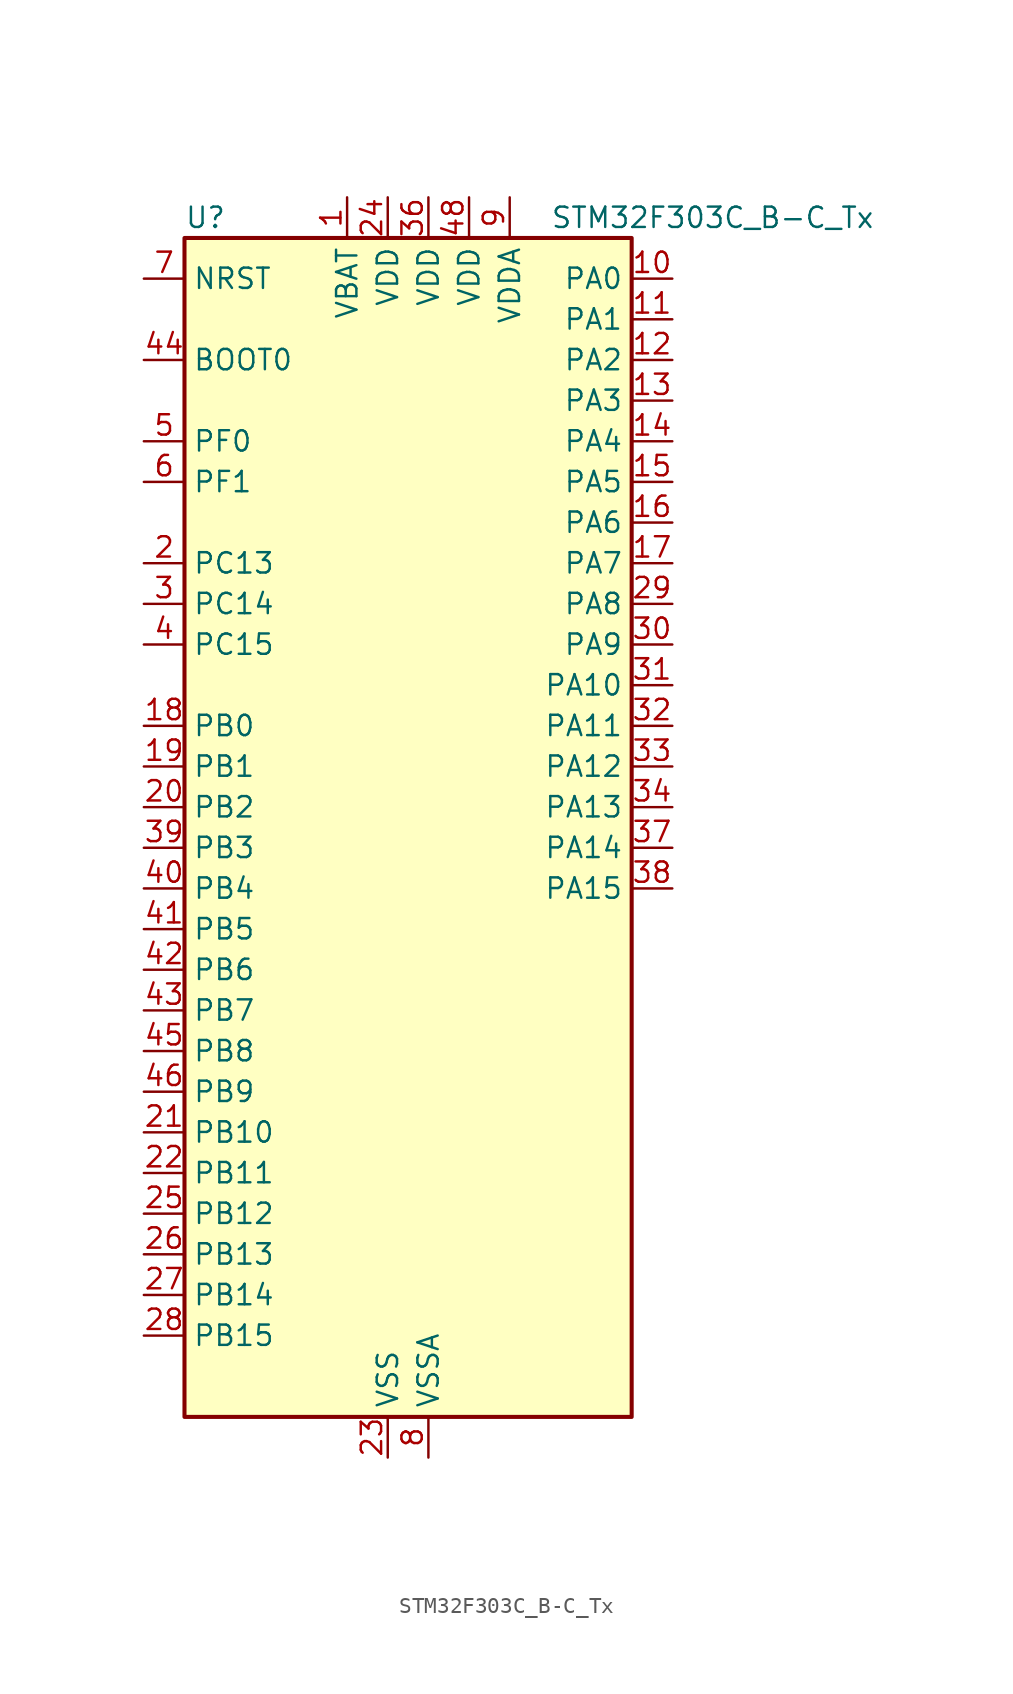
<source format=kicad_sym>
(kicad_symbol_lib
  (version 20220914)
  (generator kicad_symbol_editor)
  (symbol "STM32F303C_B-C_Tx"
    (property "Reference" "U"
      (at -12.7 39.37 0)
      (effects (font (size 1.27 1.27)) (justify left)))
    (property "Value" "STM32F303C_B-C_Tx"
      (at 10.16 39.37 0)
      (effects (font (size 1.27 1.27)) (justify left)))
    (property "ki_locked" ""
      (at 0 0 0)
      (effects (font (size 1.27 1.27))))
    (symbol "STM32F303C_B-C_Tx_0_1"
      (rectangle (start -12.7 -35.56) (end 15.24 38.1) (stroke (width 0.254) (type default)) (fill (type background))))
    (symbol "STM32F303C_B-C_Tx_1_1"
      (pin power_in line (at -2.54 40.64 270) (length 2.54) (name "VBAT" (effects (font (size 1.27 1.27)))) (number "1" (effects (font (size 1.27 1.27)))))
      (pin bidirectional line (at 17.78 35.56 180) (length 2.54) (name "PA0" (effects (font (size 1.27 1.27)))) (number "10" (effects (font (size 1.27 1.27)))) (alternate "ADC1_IN1" bidirectional line) (alternate "COMP1_INM" bidirectional line) (alternate "COMP1_OUT" bidirectional line) (alternate "COMP7_INP" bidirectional line) (alternate "RTC_TAMP2" bidirectional line) (alternate "SYS_WKUP1" bidirectional line) (alternate "TIM2_CH1" bidirectional line) (alternate "TIM2_ETR" bidirectional line) (alternate "TIM8_BKIN" bidirectional line) (alternate "TIM8_ETR" bidirectional line) (alternate "TSC_G1_IO1" bidirectional line) (alternate "USART2_CTS" bidirectional line))
      (pin bidirectional line (at 17.78 33.02 180) (length 2.54) (name "PA1" (effects (font (size 1.27 1.27)))) (number "11" (effects (font (size 1.27 1.27)))) (alternate "ADC1_IN2" bidirectional line) (alternate "COMP1_INP" bidirectional line) (alternate "OPAMP1_VINP" bidirectional line) (alternate "OPAMP1_VINP_SEC" bidirectional line) (alternate "OPAMP3_VINP" bidirectional line) (alternate "OPAMP3_VINP_SEC" bidirectional line) (alternate "RTC_REFIN" bidirectional line) (alternate "TIM15_CH1N" bidirectional line) (alternate "TIM2_CH2" bidirectional line) (alternate "TSC_G1_IO2" bidirectional line) (alternate "USART2_DE" bidirectional line) (alternate "USART2_RTS" bidirectional line))
      (pin bidirectional line (at 17.78 30.48 180) (length 2.54) (name "PA2" (effects (font (size 1.27 1.27)))) (number "12" (effects (font (size 1.27 1.27)))) (alternate "ADC1_IN3" bidirectional line) (alternate "ADC3_EXTI2" bidirectional line) (alternate "ADC4_EXTI2" bidirectional line) (alternate "COMP2_INM" bidirectional line) (alternate "COMP2_OUT" bidirectional line) (alternate "OPAMP1_VOUT" bidirectional line) (alternate "TIM15_CH1" bidirectional line) (alternate "TIM2_CH3" bidirectional line) (alternate "TSC_G1_IO3" bidirectional line) (alternate "USART2_TX" bidirectional line))
      (pin bidirectional line (at 17.78 27.94 180) (length 2.54) (name "PA3" (effects (font (size 1.27 1.27)))) (number "13" (effects (font (size 1.27 1.27)))) (alternate "ADC1_IN4" bidirectional line) (alternate "COMP2_INP" bidirectional line) (alternate "OPAMP1_VINM" bidirectional line) (alternate "OPAMP1_VINM_SEC" bidirectional line) (alternate "OPAMP1_VINP" bidirectional line) (alternate "OPAMP1_VINP_SEC" bidirectional line) (alternate "TIM15_CH2" bidirectional line) (alternate "TIM2_CH4" bidirectional line) (alternate "TSC_G1_IO4" bidirectional line) (alternate "USART2_RX" bidirectional line))
      (pin bidirectional line (at 17.78 25.4 180) (length 2.54) (name "PA4" (effects (font (size 1.27 1.27)))) (number "14" (effects (font (size 1.27 1.27)))) (alternate "ADC2_IN1" bidirectional line) (alternate "COMP1_INM" bidirectional line) (alternate "COMP2_INM" bidirectional line) (alternate "COMP3_INM" bidirectional line) (alternate "COMP4_INM" bidirectional line) (alternate "COMP5_INM" bidirectional line) (alternate "COMP6_INM" bidirectional line) (alternate "COMP7_INM" bidirectional line) (alternate "DAC_OUT1" bidirectional line) (alternate "I2S3_WS" bidirectional line) (alternate "OPAMP4_VINP" bidirectional line) (alternate "OPAMP4_VINP_SEC" bidirectional line) (alternate "SPI1_NSS" bidirectional line) (alternate "SPI3_NSS" bidirectional line) (alternate "TIM3_CH2" bidirectional line) (alternate "TSC_G2_IO1" bidirectional line) (alternate "USART2_CK" bidirectional line))
      (pin bidirectional line (at 17.78 22.86 180) (length 2.54) (name "PA5" (effects (font (size 1.27 1.27)))) (number "15" (effects (font (size 1.27 1.27)))) (alternate "ADC2_IN2" bidirectional line) (alternate "COMP1_INM" bidirectional line) (alternate "COMP2_INM" bidirectional line) (alternate "COMP3_INM" bidirectional line) (alternate "COMP4_INM" bidirectional line) (alternate "COMP5_INM" bidirectional line) (alternate "COMP6_INM" bidirectional line) (alternate "COMP7_INM" bidirectional line) (alternate "DAC_OUT2" bidirectional line) (alternate "OPAMP1_VINP" bidirectional line) (alternate "OPAMP1_VINP_SEC" bidirectional line) (alternate "OPAMP2_VINM" bidirectional line) (alternate "OPAMP2_VINM_SEC" bidirectional line) (alternate "OPAMP3_VINP" bidirectional line) (alternate "OPAMP3_VINP_SEC" bidirectional line) (alternate "SPI1_SCK" bidirectional line) (alternate "TIM2_CH1" bidirectional line) (alternate "TIM2_ETR" bidirectional line) (alternate "TSC_G2_IO2" bidirectional line))
      (pin bidirectional line (at 17.78 20.32 180) (length 2.54) (name "PA6" (effects (font (size 1.27 1.27)))) (number "16" (effects (font (size 1.27 1.27)))) (alternate "ADC2_IN3" bidirectional line) (alternate "COMP1_OUT" bidirectional line) (alternate "OPAMP2_VOUT" bidirectional line) (alternate "SPI1_MISO" bidirectional line) (alternate "TIM16_CH1" bidirectional line) (alternate "TIM1_BKIN" bidirectional line) (alternate "TIM3_CH1" bidirectional line) (alternate "TIM8_BKIN" bidirectional line) (alternate "TSC_G2_IO3" bidirectional line))
      (pin bidirectional line (at 17.78 17.78 180) (length 2.54) (name "PA7" (effects (font (size 1.27 1.27)))) (number "17" (effects (font (size 1.27 1.27)))) (alternate "ADC2_IN4" bidirectional line) (alternate "COMP2_INP" bidirectional line) (alternate "COMP2_OUT" bidirectional line) (alternate "OPAMP1_VINP" bidirectional line) (alternate "OPAMP1_VINP_SEC" bidirectional line) (alternate "OPAMP2_VINP" bidirectional line) (alternate "OPAMP2_VINP_SEC" bidirectional line) (alternate "SPI1_MOSI" bidirectional line) (alternate "TIM17_CH1" bidirectional line) (alternate "TIM1_CH1N" bidirectional line) (alternate "TIM3_CH2" bidirectional line) (alternate "TIM8_CH1N" bidirectional line) (alternate "TSC_G2_IO4" bidirectional line))
      (pin bidirectional line (at -15.24 7.62 0) (length 2.54) (name "PB0" (effects (font (size 1.27 1.27)))) (number "18" (effects (font (size 1.27 1.27)))) (alternate "ADC3_IN12" bidirectional line) (alternate "COMP4_INP" bidirectional line) (alternate "OPAMP2_VINP" bidirectional line) (alternate "OPAMP2_VINP_SEC" bidirectional line) (alternate "OPAMP3_VINP" bidirectional line) (alternate "OPAMP3_VINP_SEC" bidirectional line) (alternate "TIM1_CH2N" bidirectional line) (alternate "TIM3_CH3" bidirectional line) (alternate "TIM8_CH2N" bidirectional line) (alternate "TSC_G3_IO2" bidirectional line))
      (pin bidirectional line (at -15.24 5.08 0) (length 2.54) (name "PB1" (effects (font (size 1.27 1.27)))) (number "19" (effects (font (size 1.27 1.27)))) (alternate "ADC3_IN1" bidirectional line) (alternate "COMP4_OUT" bidirectional line) (alternate "OPAMP3_VOUT" bidirectional line) (alternate "TIM1_CH3N" bidirectional line) (alternate "TIM3_CH4" bidirectional line) (alternate "TIM8_CH3N" bidirectional line) (alternate "TSC_G3_IO3" bidirectional line))
      (pin bidirectional line (at -15.24 17.78 0) (length 2.54) (name "PC13" (effects (font (size 1.27 1.27)))) (number "2" (effects (font (size 1.27 1.27)))) (alternate "RTC_OUT_ALARM" bidirectional line) (alternate "RTC_OUT_CALIB" bidirectional line) (alternate "RTC_TAMP1" bidirectional line) (alternate "RTC_TS" bidirectional line) (alternate "SYS_WKUP2" bidirectional line) (alternate "TIM1_CH1N" bidirectional line))
      (pin bidirectional line (at -15.24 2.54 0) (length 2.54) (name "PB2" (effects (font (size 1.27 1.27)))) (number "20" (effects (font (size 1.27 1.27)))) (alternate "ADC2_IN12" bidirectional line) (alternate "ADC3_EXTI2" bidirectional line) (alternate "ADC4_EXTI2" bidirectional line) (alternate "COMP4_INM" bidirectional line) (alternate "OPAMP3_VINM" bidirectional line) (alternate "OPAMP3_VINM_SEC" bidirectional line) (alternate "TSC_G3_IO4" bidirectional line))
      (pin bidirectional line (at -15.24 -17.78 0) (length 2.54) (name "PB10" (effects (font (size 1.27 1.27)))) (number "21" (effects (font (size 1.27 1.27)))) (alternate "COMP5_INM" bidirectional line) (alternate "OPAMP3_VINM" bidirectional line) (alternate "OPAMP3_VINM_SEC" bidirectional line) (alternate "OPAMP4_VINM" bidirectional line) (alternate "OPAMP4_VINM_SEC" bidirectional line) (alternate "TIM2_CH3" bidirectional line) (alternate "TSC_SYNC" bidirectional line) (alternate "USART3_TX" bidirectional line))
      (pin bidirectional line (at -15.24 -20.32 0) (length 2.54) (name "PB11" (effects (font (size 1.27 1.27)))) (number "22" (effects (font (size 1.27 1.27)))) (alternate "ADC1_EXTI11" bidirectional line) (alternate "ADC2_EXTI11" bidirectional line) (alternate "COMP6_INP" bidirectional line) (alternate "OPAMP4_VINP" bidirectional line) (alternate "OPAMP4_VINP_SEC" bidirectional line) (alternate "TIM2_CH4" bidirectional line) (alternate "TSC_G6_IO1" bidirectional line) (alternate "USART3_RX" bidirectional line))
      (pin power_in line (at 0 -38.1 90) (length 2.54) (name "VSS" (effects (font (size 1.27 1.27)))) (number "23" (effects (font (size 1.27 1.27)))))
      (pin power_in line (at 0 40.64 270) (length 2.54) (name "VDD" (effects (font (size 1.27 1.27)))) (number "24" (effects (font (size 1.27 1.27)))))
      (pin bidirectional line (at -15.24 -22.86 0) (length 2.54) (name "PB12" (effects (font (size 1.27 1.27)))) (number "25" (effects (font (size 1.27 1.27)))) (alternate "ADC4_IN3" bidirectional line) (alternate "COMP3_INM" bidirectional line) (alternate "I2C2_SMBA" bidirectional line) (alternate "I2S2_WS" bidirectional line) (alternate "OPAMP4_VOUT" bidirectional line) (alternate "SPI2_NSS" bidirectional line) (alternate "TIM1_BKIN" bidirectional line) (alternate "TSC_G6_IO2" bidirectional line) (alternate "USART3_CK" bidirectional line))
      (pin bidirectional line (at -15.24 -25.4 0) (length 2.54) (name "PB13" (effects (font (size 1.27 1.27)))) (number "26" (effects (font (size 1.27 1.27)))) (alternate "ADC3_IN5" bidirectional line) (alternate "COMP5_INP" bidirectional line) (alternate "I2S2_CK" bidirectional line) (alternate "OPAMP3_VINP" bidirectional line) (alternate "OPAMP3_VINP_SEC" bidirectional line) (alternate "OPAMP4_VINP" bidirectional line) (alternate "OPAMP4_VINP_SEC" bidirectional line) (alternate "SPI2_SCK" bidirectional line) (alternate "TIM1_CH1N" bidirectional line) (alternate "TSC_G6_IO3" bidirectional line) (alternate "USART3_CTS" bidirectional line))
      (pin bidirectional line (at -15.24 -27.94 0) (length 2.54) (name "PB14" (effects (font (size 1.27 1.27)))) (number "27" (effects (font (size 1.27 1.27)))) (alternate "ADC4_IN4" bidirectional line) (alternate "COMP3_INP" bidirectional line) (alternate "I2S2_ext_SD" bidirectional line) (alternate "OPAMP2_VINP" bidirectional line) (alternate "OPAMP2_VINP_SEC" bidirectional line) (alternate "SPI2_MISO" bidirectional line) (alternate "TIM15_CH1" bidirectional line) (alternate "TIM1_CH2N" bidirectional line) (alternate "TSC_G6_IO4" bidirectional line) (alternate "USART3_DE" bidirectional line) (alternate "USART3_RTS" bidirectional line))
      (pin bidirectional line (at -15.24 -30.48 0) (length 2.54) (name "PB15" (effects (font (size 1.27 1.27)))) (number "28" (effects (font (size 1.27 1.27)))) (alternate "ADC1_EXTI15" bidirectional line) (alternate "ADC2_EXTI15" bidirectional line) (alternate "ADC4_IN5" bidirectional line) (alternate "COMP6_INM" bidirectional line) (alternate "I2S2_SD" bidirectional line) (alternate "RTC_REFIN" bidirectional line) (alternate "SPI2_MOSI" bidirectional line) (alternate "TIM15_CH1N" bidirectional line) (alternate "TIM15_CH2" bidirectional line) (alternate "TIM1_CH3N" bidirectional line))
      (pin bidirectional line (at 17.78 15.24 180) (length 2.54) (name "PA8" (effects (font (size 1.27 1.27)))) (number "29" (effects (font (size 1.27 1.27)))) (alternate "COMP3_OUT" bidirectional line) (alternate "I2C2_SMBA" bidirectional line) (alternate "I2S2_MCK" bidirectional line) (alternate "RCC_MCO" bidirectional line) (alternate "TIM1_CH1" bidirectional line) (alternate "TIM4_ETR" bidirectional line) (alternate "USART1_CK" bidirectional line))
      (pin bidirectional line (at -15.24 15.24 0) (length 2.54) (name "PC14" (effects (font (size 1.27 1.27)))) (number "3" (effects (font (size 1.27 1.27)))) (alternate "RCC_OSC32_IN" bidirectional line))
      (pin bidirectional line (at 17.78 12.7 180) (length 2.54) (name "PA9" (effects (font (size 1.27 1.27)))) (number "30" (effects (font (size 1.27 1.27)))) (alternate "COMP5_OUT" bidirectional line) (alternate "DAC_EXTI9" bidirectional line) (alternate "I2C2_SCL" bidirectional line) (alternate "I2S3_MCK" bidirectional line) (alternate "TIM15_BKIN" bidirectional line) (alternate "TIM1_CH2" bidirectional line) (alternate "TIM2_CH3" bidirectional line) (alternate "TSC_G4_IO1" bidirectional line) (alternate "USART1_TX" bidirectional line))
      (pin bidirectional line (at 17.78 10.16 180) (length 2.54) (name "PA10" (effects (font (size 1.27 1.27)))) (number "31" (effects (font (size 1.27 1.27)))) (alternate "COMP6_OUT" bidirectional line) (alternate "I2C2_SDA" bidirectional line) (alternate "TIM17_BKIN" bidirectional line) (alternate "TIM1_CH3" bidirectional line) (alternate "TIM2_CH4" bidirectional line) (alternate "TIM8_BKIN" bidirectional line) (alternate "TSC_G4_IO2" bidirectional line) (alternate "USART1_RX" bidirectional line))
      (pin bidirectional line (at 17.78 7.62 180) (length 2.54) (name "PA11" (effects (font (size 1.27 1.27)))) (number "32" (effects (font (size 1.27 1.27)))) (alternate "ADC1_EXTI11" bidirectional line) (alternate "ADC2_EXTI11" bidirectional line) (alternate "CAN_RX" bidirectional line) (alternate "COMP1_OUT" bidirectional line) (alternate "TIM1_BKIN2" bidirectional line) (alternate "TIM1_CH1N" bidirectional line) (alternate "TIM1_CH4" bidirectional line) (alternate "TIM4_CH1" bidirectional line) (alternate "USART1_CTS" bidirectional line) (alternate "USB_DM" bidirectional line))
      (pin bidirectional line (at 17.78 5.08 180) (length 2.54) (name "PA12" (effects (font (size 1.27 1.27)))) (number "33" (effects (font (size 1.27 1.27)))) (alternate "CAN_TX" bidirectional line) (alternate "COMP2_OUT" bidirectional line) (alternate "TIM16_CH1" bidirectional line) (alternate "TIM1_CH2N" bidirectional line) (alternate "TIM1_ETR" bidirectional line) (alternate "TIM4_CH2" bidirectional line) (alternate "USART1_DE" bidirectional line) (alternate "USART1_RTS" bidirectional line) (alternate "USB_DP" bidirectional line))
      (pin bidirectional line (at 17.78 2.54 180) (length 2.54) (name "PA13" (effects (font (size 1.27 1.27)))) (number "34" (effects (font (size 1.27 1.27)))) (alternate "IR_OUT" bidirectional line) (alternate "SYS_JTMS-SWDIO" bidirectional line) (alternate "TIM16_CH1N" bidirectional line) (alternate "TIM4_CH3" bidirectional line) (alternate "TSC_G4_IO3" bidirectional line) (alternate "USART3_CTS" bidirectional line))
      (pin passive line (at 0 -38.1 90) (length 2.54) hide (name "VSS" (effects (font (size 1.27 1.27)))) (number "35" (effects (font (size 1.27 1.27)))))
      (pin power_in line (at 2.54 40.64 270) (length 2.54) (name "VDD" (effects (font (size 1.27 1.27)))) (number "36" (effects (font (size 1.27 1.27)))))
      (pin bidirectional line (at 17.78 0 180) (length 2.54) (name "PA14" (effects (font (size 1.27 1.27)))) (number "37" (effects (font (size 1.27 1.27)))) (alternate "I2C1_SDA" bidirectional line) (alternate "SYS_JTCK-SWCLK" bidirectional line) (alternate "TIM1_BKIN" bidirectional line) (alternate "TIM8_CH2" bidirectional line) (alternate "TSC_G4_IO4" bidirectional line) (alternate "USART2_TX" bidirectional line))
      (pin bidirectional line (at 17.78 -2.54 180) (length 2.54) (name "PA15" (effects (font (size 1.27 1.27)))) (number "38" (effects (font (size 1.27 1.27)))) (alternate "ADC1_EXTI15" bidirectional line) (alternate "ADC2_EXTI15" bidirectional line) (alternate "I2C1_SCL" bidirectional line) (alternate "I2S3_WS" bidirectional line) (alternate "SPI1_NSS" bidirectional line) (alternate "SPI3_NSS" bidirectional line) (alternate "SYS_JTDI" bidirectional line) (alternate "TIM1_BKIN" bidirectional line) (alternate "TIM2_CH1" bidirectional line) (alternate "TIM2_ETR" bidirectional line) (alternate "TIM8_CH1" bidirectional line) (alternate "USART2_RX" bidirectional line))
      (pin bidirectional line (at -15.24 0 0) (length 2.54) (name "PB3" (effects (font (size 1.27 1.27)))) (number "39" (effects (font (size 1.27 1.27)))) (alternate "I2S3_CK" bidirectional line) (alternate "SPI1_SCK" bidirectional line) (alternate "SPI3_SCK" bidirectional line) (alternate "SYS_JTDO-TRACESWO" bidirectional line) (alternate "TIM2_CH2" bidirectional line) (alternate "TIM3_ETR" bidirectional line) (alternate "TIM4_ETR" bidirectional line) (alternate "TIM8_CH1N" bidirectional line) (alternate "TSC_G5_IO1" bidirectional line) (alternate "USART2_TX" bidirectional line))
      (pin bidirectional line (at -15.24 12.7 0) (length 2.54) (name "PC15" (effects (font (size 1.27 1.27)))) (number "4" (effects (font (size 1.27 1.27)))) (alternate "ADC1_EXTI15" bidirectional line) (alternate "ADC2_EXTI15" bidirectional line) (alternate "RCC_OSC32_OUT" bidirectional line))
      (pin bidirectional line (at -15.24 -2.54 0) (length 2.54) (name "PB4" (effects (font (size 1.27 1.27)))) (number "40" (effects (font (size 1.27 1.27)))) (alternate "I2S3_ext_SD" bidirectional line) (alternate "SPI1_MISO" bidirectional line) (alternate "SPI3_MISO" bidirectional line) (alternate "SYS_NJTRST" bidirectional line) (alternate "TIM16_CH1" bidirectional line) (alternate "TIM17_BKIN" bidirectional line) (alternate "TIM3_CH1" bidirectional line) (alternate "TIM8_CH2N" bidirectional line) (alternate "TSC_G5_IO2" bidirectional line) (alternate "USART2_RX" bidirectional line))
      (pin bidirectional line (at -15.24 -5.08 0) (length 2.54) (name "PB5" (effects (font (size 1.27 1.27)))) (number "41" (effects (font (size 1.27 1.27)))) (alternate "I2C1_SMBA" bidirectional line) (alternate "I2S3_SD" bidirectional line) (alternate "SPI1_MOSI" bidirectional line) (alternate "SPI3_MOSI" bidirectional line) (alternate "TIM16_BKIN" bidirectional line) (alternate "TIM17_CH1" bidirectional line) (alternate "TIM3_CH2" bidirectional line) (alternate "TIM8_CH3N" bidirectional line) (alternate "USART2_CK" bidirectional line))
      (pin bidirectional line (at -15.24 -7.62 0) (length 2.54) (name "PB6" (effects (font (size 1.27 1.27)))) (number "42" (effects (font (size 1.27 1.27)))) (alternate "I2C1_SCL" bidirectional line) (alternate "TIM16_CH1N" bidirectional line) (alternate "TIM4_CH1" bidirectional line) (alternate "TIM8_BKIN2" bidirectional line) (alternate "TIM8_CH1" bidirectional line) (alternate "TIM8_ETR" bidirectional line) (alternate "TSC_G5_IO3" bidirectional line) (alternate "USART1_TX" bidirectional line))
      (pin bidirectional line (at -15.24 -10.16 0) (length 2.54) (name "PB7" (effects (font (size 1.27 1.27)))) (number "43" (effects (font (size 1.27 1.27)))) (alternate "I2C1_SDA" bidirectional line) (alternate "TIM17_CH1N" bidirectional line) (alternate "TIM3_CH4" bidirectional line) (alternate "TIM4_CH2" bidirectional line) (alternate "TIM8_BKIN" bidirectional line) (alternate "TSC_G5_IO4" bidirectional line) (alternate "USART1_RX" bidirectional line))
      (pin input line (at -15.24 30.48 0) (length 2.54) (name "BOOT0" (effects (font (size 1.27 1.27)))) (number "44" (effects (font (size 1.27 1.27)))))
      (pin bidirectional line (at -15.24 -12.7 0) (length 2.54) (name "PB8" (effects (font (size 1.27 1.27)))) (number "45" (effects (font (size 1.27 1.27)))) (alternate "CAN_RX" bidirectional line) (alternate "COMP1_OUT" bidirectional line) (alternate "I2C1_SCL" bidirectional line) (alternate "TIM16_CH1" bidirectional line) (alternate "TIM1_BKIN" bidirectional line) (alternate "TIM4_CH3" bidirectional line) (alternate "TIM8_CH2" bidirectional line) (alternate "TSC_SYNC" bidirectional line))
      (pin bidirectional line (at -15.24 -15.24 0) (length 2.54) (name "PB9" (effects (font (size 1.27 1.27)))) (number "46" (effects (font (size 1.27 1.27)))) (alternate "CAN_TX" bidirectional line) (alternate "COMP2_OUT" bidirectional line) (alternate "DAC_EXTI9" bidirectional line) (alternate "I2C1_SDA" bidirectional line) (alternate "IR_OUT" bidirectional line) (alternate "TIM17_CH1" bidirectional line) (alternate "TIM4_CH4" bidirectional line) (alternate "TIM8_CH3" bidirectional line))
      (pin passive line (at 0 -38.1 90) (length 2.54) hide (name "VSS" (effects (font (size 1.27 1.27)))) (number "47" (effects (font (size 1.27 1.27)))))
      (pin power_in line (at 5.08 40.64 270) (length 2.54) (name "VDD" (effects (font (size 1.27 1.27)))) (number "48" (effects (font (size 1.27 1.27)))))
      (pin bidirectional line (at -15.24 25.4 0) (length 2.54) (name "PF0" (effects (font (size 1.27 1.27)))) (number "5" (effects (font (size 1.27 1.27)))) (alternate "I2C2_SDA" bidirectional line) (alternate "RCC_OSC_IN" bidirectional line) (alternate "TIM1_CH3N" bidirectional line))
      (pin bidirectional line (at -15.24 22.86 0) (length 2.54) (name "PF1" (effects (font (size 1.27 1.27)))) (number "6" (effects (font (size 1.27 1.27)))) (alternate "I2C2_SCL" bidirectional line) (alternate "RCC_OSC_OUT" bidirectional line))
      (pin input line (at -15.24 35.56 0) (length 2.54) (name "NRST" (effects (font (size 1.27 1.27)))) (number "7" (effects (font (size 1.27 1.27)))))
      (pin power_in line (at 2.54 -38.1 90) (length 2.54) (name "VSSA" (effects (font (size 1.27 1.27)))) (number "8" (effects (font (size 1.27 1.27)))))
      (pin power_in line (at 7.62 40.64 270) (length 2.54) (name "VDDA" (effects (font (size 1.27 1.27)))) (number "9" (effects (font (size 1.27 1.27))))))))
</source>
